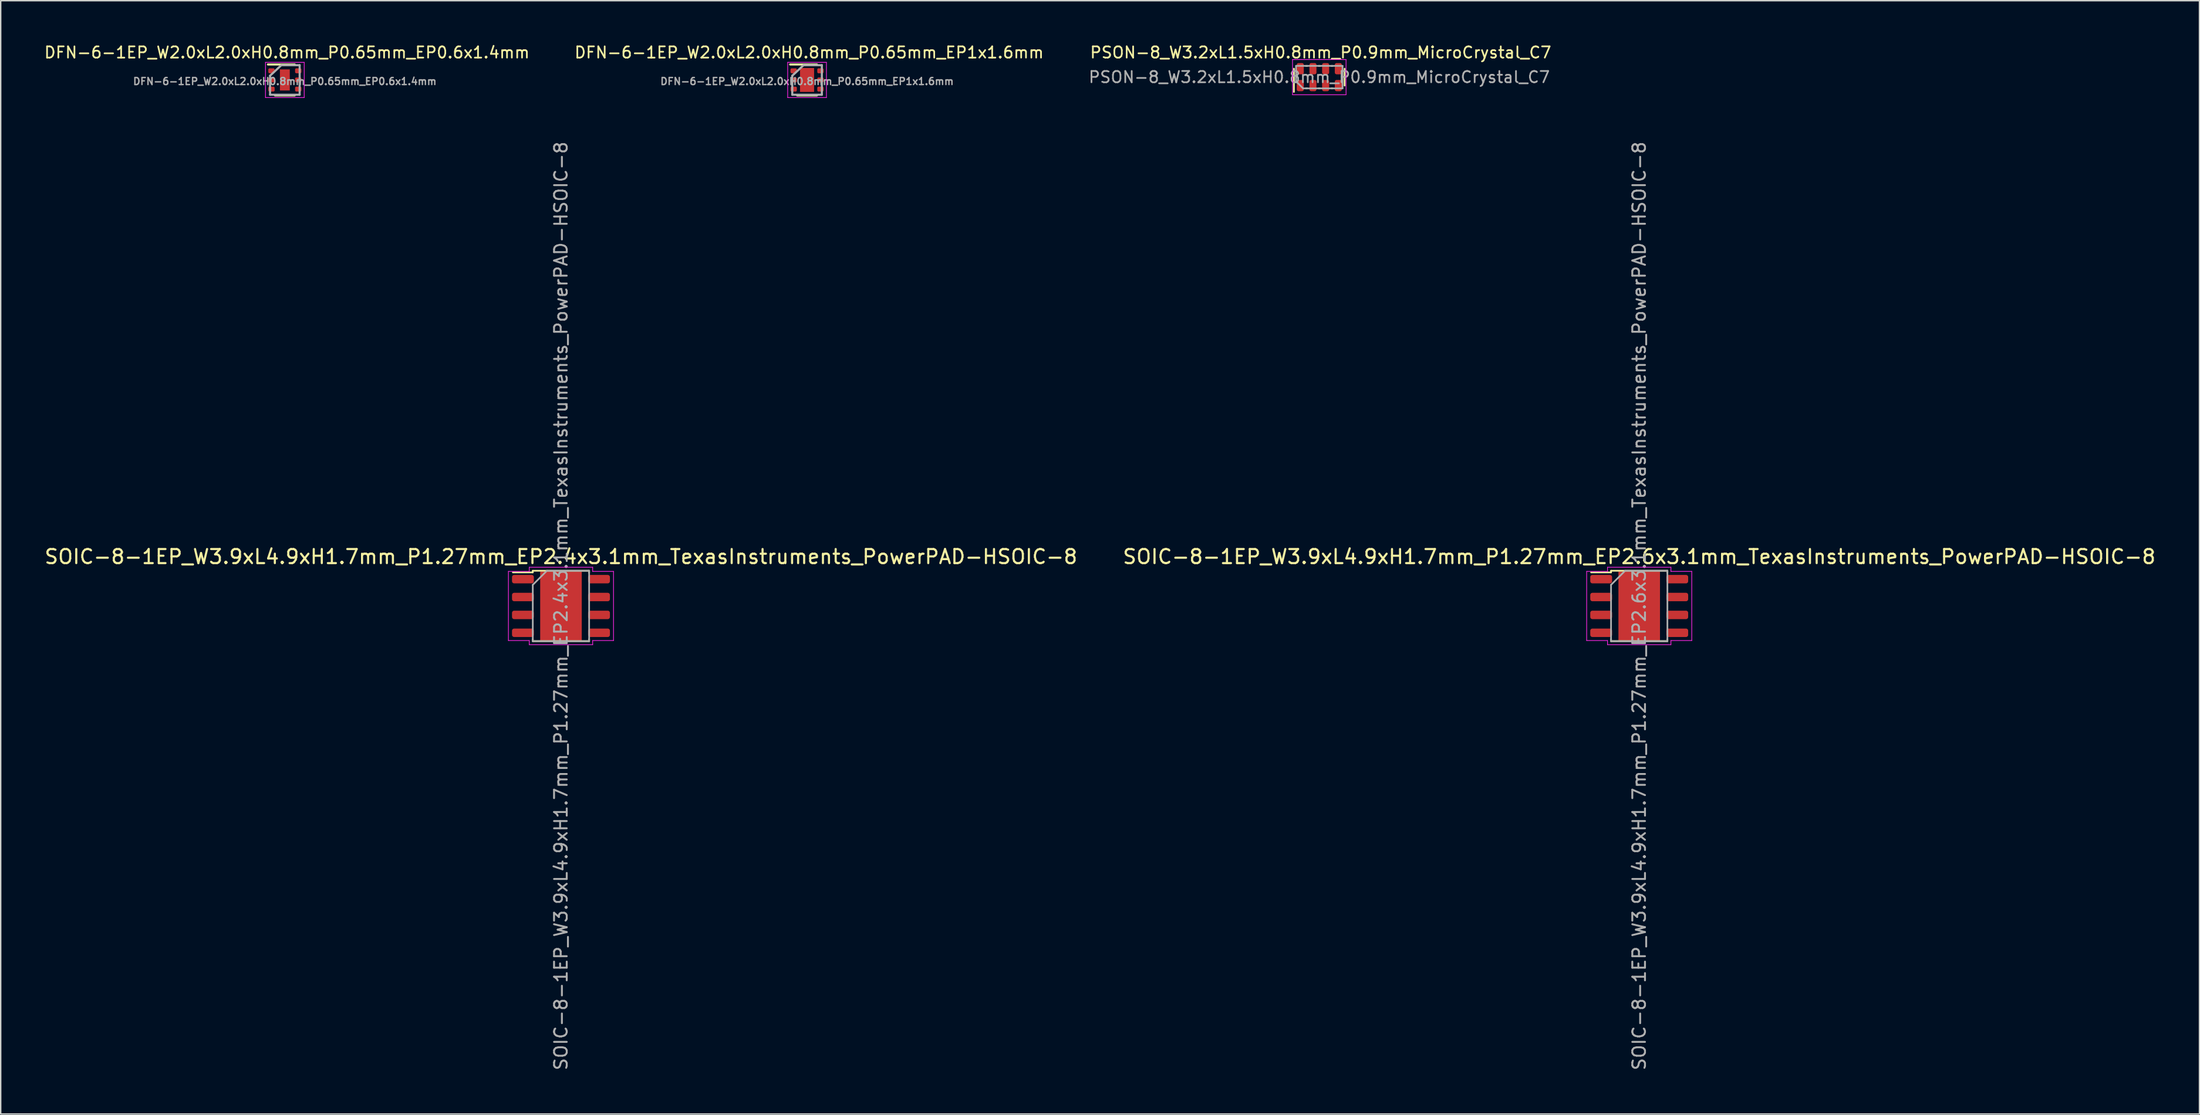
<source format=kicad_pcb>
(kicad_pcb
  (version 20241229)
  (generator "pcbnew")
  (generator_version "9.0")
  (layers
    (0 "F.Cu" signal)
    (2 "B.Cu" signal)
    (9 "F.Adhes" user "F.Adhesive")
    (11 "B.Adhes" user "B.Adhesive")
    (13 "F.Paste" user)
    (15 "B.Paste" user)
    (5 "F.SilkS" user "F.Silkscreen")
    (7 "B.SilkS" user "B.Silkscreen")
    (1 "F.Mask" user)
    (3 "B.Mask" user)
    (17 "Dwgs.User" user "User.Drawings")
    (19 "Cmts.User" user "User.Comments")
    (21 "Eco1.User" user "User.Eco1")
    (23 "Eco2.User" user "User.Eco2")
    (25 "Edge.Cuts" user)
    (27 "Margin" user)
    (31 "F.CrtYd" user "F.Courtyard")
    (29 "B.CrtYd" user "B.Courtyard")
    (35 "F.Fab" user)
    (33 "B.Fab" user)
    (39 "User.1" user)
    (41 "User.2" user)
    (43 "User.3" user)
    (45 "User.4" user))
  (footprint "SOIC-8-1EP_W3.9xL4.9xH1.7mm_P1.27mm_EP2.4x3.1mm_TexasInstruments_PowerPAD-HSOIC-8"
    (layer "F.Cu")
    (at 36.768 39.995)
    (property "Reference" "SOIC-8-1EP_W3.9xL4.9xH1.7mm_P1.27mm_EP2.4x3.1mm_TexasInstruments_PowerPAD-HSOIC-8" (at 0 -3.5 0) (unlocked yes) (layer "F.SilkS") (effects (font (size 1 1) (thickness 0.15))))
    (attr smd)
    (fp_line (start -2 -2.5) (end -2 -2.385) (stroke (width 0.12) (type solid)) (layer "F.SilkS"))
    (fp_line (start -2 -2.5) (end 2 -2.5) (stroke (width 0.12) (type solid)) (layer "F.SilkS"))
    (fp_line (start -2 -2.385) (end -3.415 -2.385) (stroke (width 0.12) (type solid)) (layer "F.SilkS"))
    (fp_line (start -2 2.5) (end -2 2.355) (stroke (width 0.12) (type solid)) (layer "F.SilkS"))
    (fp_line (start -2 2.5) (end 2 2.5) (stroke (width 0.12) (type solid)) (layer "F.SilkS"))
    (fp_line (start 2 -2.5) (end 2 -2.355) (stroke (width 0.12) (type solid)) (layer "F.SilkS"))
    (fp_line (start 2 2.5) (end 2 2.355) (stroke (width 0.12) (type solid)) (layer "F.SilkS"))
    (fp_line (start -3.73 -2.455) (end -3.73 2.455) (stroke (width 0.05) (type solid)) (layer "F.CrtYd"))
    (fp_line (start -3.73 -2.455) (end -2.25 -2.455) (stroke (width 0.05) (type solid)) (layer "F.CrtYd"))
    (fp_line (start -3.73 2.455) (end -2.25 2.455) (stroke (width 0.05) (type solid)) (layer "F.CrtYd"))
    (fp_line (start -2.25 -2.75) (end 2.25 -2.75) (stroke (width 0.05) (type solid)) (layer "F.CrtYd"))
    (fp_line (start -2.25 -2.455) (end -2.25 -2.75) (stroke (width 0.05) (type solid)) (layer "F.CrtYd"))
    (fp_line (start -2.25 2.455) (end -2.25 2.75) (stroke (width 0.05) (type solid)) (layer "F.CrtYd"))
    (fp_line (start -2.25 2.75) (end 2.25 2.75) (stroke (width 0.05) (type solid)) (layer "F.CrtYd"))
    (fp_line (start 2.25 -2.455) (end 2.25 -2.75) (stroke (width 0.05) (type solid)) (layer "F.CrtYd"))
    (fp_line (start 2.25 2.455) (end 2.25 2.75) (stroke (width 0.05) (type solid)) (layer "F.CrtYd"))
    (fp_line (start 3.73 -2.455) (end 2.25 -2.455) (stroke (width 0.05) (type solid)) (layer "F.CrtYd"))
    (fp_line (start 3.73 -2.455) (end 3.73 2.455) (stroke (width 0.05) (type solid)) (layer "F.CrtYd"))
    (fp_line (start 3.73 2.455) (end 2.25 2.455) (stroke (width 0.05) (type solid)) (layer "F.CrtYd"))
    (fp_line (start -2 -1.5) (end -1 -2.5) (stroke (width 0.12) (type solid)) (layer "F.Fab"))
    (fp_line (start -2 2.5) (end -2 -1.5) (stroke (width 0.12) (type solid)) (layer "F.Fab"))
    (fp_line (start -1 -2.5) (end 2 -2.5) (stroke (width 0.12) (type solid)) (layer "F.Fab"))
    (fp_line (start 2 -2.5) (end 2 2.5) (stroke (width 0.12) (type solid)) (layer "F.Fab"))
    (fp_line (start 2 2.5) (end -2 2.5) (stroke (width 0.12) (type solid)) (layer "F.Fab"))
    (fp_text user "${REFERENCE}" (at 0 0 90) (layer "F.Fab") (effects (font (size 0.9 0.9) (thickness 0.135))))
    (pad "" smd roundrect (at 0 0) (size 2.4 3.1) (layers "F.Mask" "F.Paste") (roundrect_rratio 0.1))
    (pad "1" smd roundrect (at -2.7 -1.905) (size 1.55 0.6) (layers "F.Cu" "F.Mask" "F.Paste") (roundrect_rratio 0.25))
    (pad "2" smd roundrect (at -2.7 -0.635) (size 1.55 0.6) (layers "F.Cu" "F.Mask" "F.Paste") (roundrect_rratio 0.25))
    (pad "3" smd roundrect (at -2.7 0.635) (size 1.55 0.6) (layers "F.Cu" "F.Mask" "F.Paste") (roundrect_rratio 0.25))
    (pad "4" smd roundrect (at -2.7 1.905) (size 1.55 0.6) (layers "F.Cu" "F.Mask" "F.Paste") (roundrect_rratio 0.25))
    (pad "5" smd roundrect (at 2.7 1.905) (size 1.55 0.6) (layers "F.Cu" "F.Mask" "F.Paste") (roundrect_rratio 0.25))
    (pad "6" smd roundrect (at 2.7 0.635) (size 1.55 0.6) (layers "F.Cu" "F.Mask" "F.Paste") (roundrect_rratio 0.25))
    (pad "7" smd roundrect (at 2.7 -0.635) (size 1.55 0.6) (layers "F.Cu" "F.Mask" "F.Paste") (roundrect_rratio 0.25))
    (pad "8" smd roundrect (at 2.7 -1.905) (size 1.55 0.6) (layers "F.Cu" "F.Mask" "F.Paste") (roundrect_rratio 0.25))
    (pad "9" smd rect (at 0 0) (size 2.95 4.9) (layers "F.Cu")))
  (footprint "PSON-8_W3.2xL1.5xH0.8mm_P0.9mm_MicroCrystal_C7"
    (layer "F.Cu")
    (at 90.595 2.429)
    (property "Reference" "PSON-8_W3.2xL1.5xH0.8mm_P0.9mm_MicroCrystal_C7" (at 0.1 -1.75 0) (layer "F.SilkS") (effects (font (size 0.8 0.8) (thickness 0.12))))
    (attr smd)
    (fp_line (start -1.8 1.05) (end -1.8 -0.6) (stroke (width 0.12) (type solid)) (layer "F.SilkS"))
    (fp_line (start -0.95 -0.8) (end -0.85 -0.8) (stroke (width 0.12) (type solid)) (layer "F.SilkS"))
    (fp_line (start -0.95 0.8) (end -0.85 0.8) (stroke (width 0.12) (type solid)) (layer "F.SilkS"))
    (fp_line (start -0.05 -0.8) (end 0.05 -0.8) (stroke (width 0.12) (type solid)) (layer "F.SilkS"))
    (fp_line (start -0.05 0.8) (end 0.05 0.8) (stroke (width 0.12) (type solid)) (layer "F.SilkS"))
    (fp_line (start 0.85 -0.8) (end 0.95 -0.8) (stroke (width 0.12) (type solid)) (layer "F.SilkS"))
    (fp_line (start 0.85 0.8) (end 0.95 0.8) (stroke (width 0.12) (type solid)) (layer "F.SilkS"))
    (fp_line (start 1.8 0.6) (end 1.8 -0.6) (stroke (width 0.12) (type solid)) (layer "F.SilkS"))
    (fp_line (start -1.9 -1.25) (end 1.9 -1.25) (stroke (width 0.05) (type solid)) (layer "F.CrtYd"))
    (fp_line (start -1.9 1.25) (end -1.9 -1.25) (stroke (width 0.05) (type solid)) (layer "F.CrtYd"))
    (fp_line (start 1.9 -1.25) (end 1.9 1.25) (stroke (width 0.05) (type solid)) (layer "F.CrtYd"))
    (fp_line (start 1.9 1.25) (end -1.9 1.25) (stroke (width 0.05) (type solid)) (layer "F.CrtYd"))
    (fp_line (start -1.65 -0.8) (end 1.65 -0.8) (stroke (width 0.12) (type solid)) (layer "F.Fab"))
    (fp_line (start -1.65 0.3) (end -1.65 -0.8) (stroke (width 0.12) (type solid)) (layer "F.Fab"))
    (fp_line (start -1.65 0.3) (end -1.15 0.8) (stroke (width 0.12) (type solid)) (layer "F.Fab"))
    (fp_line (start 1.65 -0.8) (end 1.65 0.8) (stroke (width 0.12) (type solid)) (layer "F.Fab"))
    (fp_line (start 1.65 0.8) (end -1.15 0.8) (stroke (width 0.12) (type solid)) (layer "F.Fab"))
    (fp_text user "${REFERENCE}" (at 0 0 0) (layer "F.Fab") (effects (font (size 0.8 0.8) (thickness 0.12))))
    (pad "1" smd roundrect (at -1.35 0.6) (size 0.5 0.8) (layers "F.Cu" "F.Mask" "F.Paste") (roundrect_rratio 0.25))
    (pad "2" smd roundrect (at -0.45 0.6) (size 0.5 0.8) (layers "F.Cu" "F.Mask" "F.Paste") (roundrect_rratio 0.25))
    (pad "3" smd roundrect (at 0.45 0.6) (size 0.5 0.8) (layers "F.Cu" "F.Mask" "F.Paste") (roundrect_rratio 0.25))
    (pad "4" smd roundrect (at 1.35 0.6) (size 0.5 0.8) (layers "F.Cu" "F.Mask" "F.Paste") (roundrect_rratio 0.25))
    (pad "5" smd roundrect (at 1.35 -0.6 180) (size 0.5 0.8) (layers "F.Cu" "F.Mask" "F.Paste") (roundrect_rratio 0.25))
    (pad "6" smd roundrect (at 0.45 -0.6 180) (size 0.5 0.8) (layers "F.Cu" "F.Mask" "F.Paste") (roundrect_rratio 0.25))
    (pad "7" smd roundrect (at -0.45 -0.6 180) (size 0.5 0.8) (layers "F.Cu" "F.Mask" "F.Paste") (roundrect_rratio 0.25))
    (pad "8" smd roundrect (at -1.35 -0.6 180) (size 0.5 0.8) (layers "F.Cu" "F.Mask" "F.Paste") (roundrect_rratio 0.25)))
  (footprint "DFN-6-1EP_W2.0xL2.0xH0.8mm_P0.65mm_EP1x1.6mm"
    (layer "F.Cu")
    (at 54.236 2.629)
    (property "Reference" "DFN-6-1EP_W2.0xL2.0xH0.8mm_P0.65mm_EP1x1.6mm" (at 0.15 -1.95 0) (unlocked yes) (layer "F.SilkS") (effects (font (size 0.8 0.8) (thickness 0.12))))
    (attr smd)
    (fp_line (start -1.2 -1.1) (end 0.7 -1.1) (stroke (width 0.15) (type solid)) (layer "F.SilkS"))
    (fp_line (start -0.7 1.1) (end 0.7 1.1) (stroke (width 0.15) (type solid)) (layer "F.SilkS"))
    (fp_line (start -1.375 -1.25) (end -1.375 1.25) (stroke (width 0.05) (type solid)) (layer "F.CrtYd"))
    (fp_line (start -1.375 -1.25) (end 1.375 -1.25) (stroke (width 0.05) (type solid)) (layer "F.CrtYd"))
    (fp_line (start -1.375 1.25) (end 1.375 1.25) (stroke (width 0.05) (type solid)) (layer "F.CrtYd"))
    (fp_line (start 1.375 -1.25) (end 1.375 1.25) (stroke (width 0.05) (type solid)) (layer "F.CrtYd"))
    (fp_line (start -1.05 -0.3) (end -0.25 -1.05) (stroke (width 0.15) (type solid)) (layer "F.Fab"))
    (fp_line (start -1.05 1.05) (end -1.05 -0.3) (stroke (width 0.15) (type solid)) (layer "F.Fab"))
    (fp_line (start -0.25 -1.05) (end 1.05 -1.05) (stroke (width 0.15) (type solid)) (layer "F.Fab"))
    (fp_line (start 1.05 -1.05) (end 1.05 1.05) (stroke (width 0.15) (type solid)) (layer "F.Fab"))
    (fp_line (start 1.05 1.05) (end -1.05 1.05) (stroke (width 0.15) (type solid)) (layer "F.Fab"))
    (fp_text user "${REFERENCE}" (at 0 0.1 0) (layer "F.Fab") (effects (font (size 0.5 0.5) (thickness 0.1))))
    (pad "" smd roundrect (at 0 -0.45) (size 1 0.65) (layers "F.Paste") (roundrect_rratio 0.25))
    (pad "" smd roundrect (at 0 0.45) (size 1 0.65) (layers "F.Paste") (roundrect_rratio 0.25))
    (pad "1" smd roundrect (at -0.95 -0.65) (size 0.45 0.35) (layers "F.Cu" "F.Mask" "F.Paste") (roundrect_rratio 0.25))
    (pad "2" smd roundrect (at -0.95 0) (size 0.45 0.35) (layers "F.Cu" "F.Mask" "F.Paste") (roundrect_rratio 0.25))
    (pad "3" smd roundrect (at -0.95 0.65) (size 0.45 0.35) (layers "F.Cu" "F.Mask" "F.Paste") (roundrect_rratio 0.25))
    (pad "4" smd roundrect (at 0.95 0.65) (size 0.45 0.35) (layers "F.Cu" "F.Mask" "F.Paste") (roundrect_rratio 0.25))
    (pad "5" smd roundrect (at 0.95 0) (size 0.45 0.35) (layers "F.Cu" "F.Mask" "F.Paste") (roundrect_rratio 0.25))
    (pad "6" smd roundrect (at 0.95 -0.65) (size 0.45 0.35) (layers "F.Cu" "F.Mask" "F.Paste") (roundrect_rratio 0.25))
    (pad "7" smd rect (at 0 0) (size 1 1.7) (layers "F.Cu" "F.Mask")))
  (footprint "DFN-6-1EP_W2.0xL2.0xH0.8mm_P0.65mm_EP0.6x1.4mm"
    (layer "F.Cu")
    (at 17.169 2.629)
    (property "Reference" "DFN-6-1EP_W2.0xL2.0xH0.8mm_P0.65mm_EP0.6x1.4mm" (at 0.15 -1.95 0) (unlocked yes) (layer "F.SilkS") (effects (font (size 0.8 0.8) (thickness 0.12))))
    (attr smd)
    (fp_line (start -1.2 -1.1) (end 0.7 -1.1) (stroke (width 0.15) (type solid)) (layer "F.SilkS"))
    (fp_line (start -0.7 1.1) (end 0.7 1.1) (stroke (width 0.15) (type solid)) (layer "F.SilkS"))
    (fp_line (start -1.375 -1.25) (end -1.375 1.25) (stroke (width 0.05) (type solid)) (layer "F.CrtYd"))
    (fp_line (start -1.375 -1.25) (end 1.375 -1.25) (stroke (width 0.05) (type solid)) (layer "F.CrtYd"))
    (fp_line (start -1.375 1.25) (end 1.375 1.25) (stroke (width 0.05) (type solid)) (layer "F.CrtYd"))
    (fp_line (start 1.375 -1.25) (end 1.375 1.25) (stroke (width 0.05) (type solid)) (layer "F.CrtYd"))
    (fp_line (start -1.05 -0.3) (end -0.25 -1.05) (stroke (width 0.15) (type solid)) (layer "F.Fab"))
    (fp_line (start -1.05 1.05) (end -1.05 -0.3) (stroke (width 0.15) (type solid)) (layer "F.Fab"))
    (fp_line (start -0.25 -1.05) (end 1.05 -1.05) (stroke (width 0.15) (type solid)) (layer "F.Fab"))
    (fp_line (start 1.05 -1.05) (end 1.05 1.05) (stroke (width 0.15) (type solid)) (layer "F.Fab"))
    (fp_line (start 1.05 1.05) (end -1.05 1.05) (stroke (width 0.15) (type solid)) (layer "F.Fab"))
    (fp_text user "${REFERENCE}" (at 0 0.1 0) (layer "F.Fab") (effects (font (size 0.5 0.5) (thickness 0.1))))
    (pad "" smd roundrect (at 0 -0.45) (size 0.7 0.5) (layers "F.Paste") (roundrect_rratio 0.25))
    (pad "" smd roundrect (at 0 0.45) (size 0.7 0.5) (layers "F.Paste") (roundrect_rratio 0.25))
    (pad "1" smd roundrect (at -0.95 -0.65) (size 0.45 0.35) (layers "F.Cu" "F.Mask" "F.Paste") (roundrect_rratio 0.25))
    (pad "2" smd roundrect (at -0.95 0) (size 0.45 0.35) (layers "F.Cu" "F.Mask" "F.Paste") (roundrect_rratio 0.25))
    (pad "3" smd roundrect (at -0.95 0.65) (size 0.45 0.35) (layers "F.Cu" "F.Mask" "F.Paste") (roundrect_rratio 0.25))
    (pad "4" smd roundrect (at 0.95 0.65) (size 0.45 0.35) (layers "F.Cu" "F.Mask" "F.Paste") (roundrect_rratio 0.25))
    (pad "5" smd roundrect (at 0.95 0) (size 0.45 0.35) (layers "F.Cu" "F.Mask" "F.Paste") (roundrect_rratio 0.25))
    (pad "6" smd roundrect (at 0.95 -0.65) (size 0.45 0.35) (layers "F.Cu" "F.Mask" "F.Paste") (roundrect_rratio 0.25))
    (pad "7" smd rect (at 0 0) (size 0.7 1.5) (layers "F.Cu" "F.Mask")))
  (footprint "SOIC-8-1EP_W3.9xL4.9xH1.7mm_P1.27mm_EP2.6x3.1mm_TexasInstruments_PowerPAD-HSOIC-8"
    (layer "F.Cu")
    (at 113.304 39.995)
    (property "Reference" "SOIC-8-1EP_W3.9xL4.9xH1.7mm_P1.27mm_EP2.6x3.1mm_TexasInstruments_PowerPAD-HSOIC-8" (at 0 -3.5 0) (unlocked yes) (layer "F.SilkS") (effects (font (size 1 1) (thickness 0.15))))
    (attr smd)
    (fp_line (start -2 -2.5) (end -2 -2.385) (stroke (width 0.12) (type solid)) (layer "F.SilkS"))
    (fp_line (start -2 -2.5) (end 2 -2.5) (stroke (width 0.12) (type solid)) (layer "F.SilkS"))
    (fp_line (start -2 -2.385) (end -3.415 -2.385) (stroke (width 0.12) (type solid)) (layer "F.SilkS"))
    (fp_line (start -2 2.5) (end -2 2.355) (stroke (width 0.12) (type solid)) (layer "F.SilkS"))
    (fp_line (start -2 2.5) (end 2 2.5) (stroke (width 0.12) (type solid)) (layer "F.SilkS"))
    (fp_line (start 2 -2.5) (end 2 -2.355) (stroke (width 0.12) (type solid)) (layer "F.SilkS"))
    (fp_line (start 2 2.5) (end 2 2.355) (stroke (width 0.12) (type solid)) (layer "F.SilkS"))
    (fp_line (start -3.73 -2.455) (end -3.73 2.455) (stroke (width 0.05) (type solid)) (layer "F.CrtYd"))
    (fp_line (start -3.73 -2.455) (end -2.25 -2.455) (stroke (width 0.05) (type solid)) (layer "F.CrtYd"))
    (fp_line (start -3.73 2.455) (end -2.25 2.455) (stroke (width 0.05) (type solid)) (layer "F.CrtYd"))
    (fp_line (start -2.25 -2.75) (end 2.25 -2.75) (stroke (width 0.05) (type solid)) (layer "F.CrtYd"))
    (fp_line (start -2.25 -2.455) (end -2.25 -2.75) (stroke (width 0.05) (type solid)) (layer "F.CrtYd"))
    (fp_line (start -2.25 2.455) (end -2.25 2.75) (stroke (width 0.05) (type solid)) (layer "F.CrtYd"))
    (fp_line (start -2.25 2.75) (end 2.25 2.75) (stroke (width 0.05) (type solid)) (layer "F.CrtYd"))
    (fp_line (start 2.25 -2.455) (end 2.25 -2.75) (stroke (width 0.05) (type solid)) (layer "F.CrtYd"))
    (fp_line (start 2.25 2.455) (end 2.25 2.75) (stroke (width 0.05) (type solid)) (layer "F.CrtYd"))
    (fp_line (start 3.73 -2.455) (end 2.25 -2.455) (stroke (width 0.05) (type solid)) (layer "F.CrtYd"))
    (fp_line (start 3.73 -2.455) (end 3.73 2.455) (stroke (width 0.05) (type solid)) (layer "F.CrtYd"))
    (fp_line (start 3.73 2.455) (end 2.25 2.455) (stroke (width 0.05) (type solid)) (layer "F.CrtYd"))
    (fp_line (start -2 -1.5) (end -1 -2.5) (stroke (width 0.12) (type solid)) (layer "F.Fab"))
    (fp_line (start -2 2.5) (end -2 -1.5) (stroke (width 0.12) (type solid)) (layer "F.Fab"))
    (fp_line (start -1 -2.5) (end 2 -2.5) (stroke (width 0.12) (type solid)) (layer "F.Fab"))
    (fp_line (start 2 -2.5) (end 2 2.5) (stroke (width 0.12) (type solid)) (layer "F.Fab"))
    (fp_line (start 2 2.5) (end -2 2.5) (stroke (width 0.12) (type solid)) (layer "F.Fab"))
    (fp_text user "${REFERENCE}" (at 0 0 90) (layer "F.Fab") (effects (font (size 0.9 0.9) (thickness 0.135))))
    (pad "" smd roundrect (at 0 0) (size 2.6 3.1) (layers "F.Mask") (roundrect_rratio 0.1))
    (pad "" smd roundrect (at 0 0) (size 2.6 3.1) (layers "F.Paste") (roundrect_rratio 0.1))
    (pad "1" smd roundrect (at -2.7 -1.905) (size 1.55 0.6) (layers "F.Cu" "F.Mask" "F.Paste") (roundrect_rratio 0.25))
    (pad "2" smd roundrect (at -2.7 -0.635) (size 1.55 0.6) (layers "F.Cu" "F.Mask" "F.Paste") (roundrect_rratio 0.25))
    (pad "3" smd roundrect (at -2.7 0.635) (size 1.55 0.6) (layers "F.Cu" "F.Mask" "F.Paste") (roundrect_rratio 0.25))
    (pad "4" smd roundrect (at -2.7 1.905) (size 1.55 0.6) (layers "F.Cu" "F.Mask" "F.Paste") (roundrect_rratio 0.25))
    (pad "5" smd roundrect (at 2.7 1.905) (size 1.55 0.6) (layers "F.Cu" "F.Mask" "F.Paste") (roundrect_rratio 0.25))
    (pad "6" smd roundrect (at 2.7 0.635) (size 1.55 0.6) (layers "F.Cu" "F.Mask" "F.Paste") (roundrect_rratio 0.25))
    (pad "7" smd roundrect (at 2.7 -0.635) (size 1.55 0.6) (layers "F.Cu" "F.Mask" "F.Paste") (roundrect_rratio 0.25))
    (pad "8" smd roundrect (at 2.7 -1.905) (size 1.55 0.6) (layers "F.Cu" "F.Mask" "F.Paste") (roundrect_rratio 0.25))
    (pad "9" smd rect (at 0 0) (size 2.95 4.9) (layers "F.Cu")))
  (gr_rect
    (start -3 -3)
    (end 153.071 76.086)
    (stroke (width 0.1) (type default))
    (fill no)
    (layer "Edge.Cuts")))
</source>
